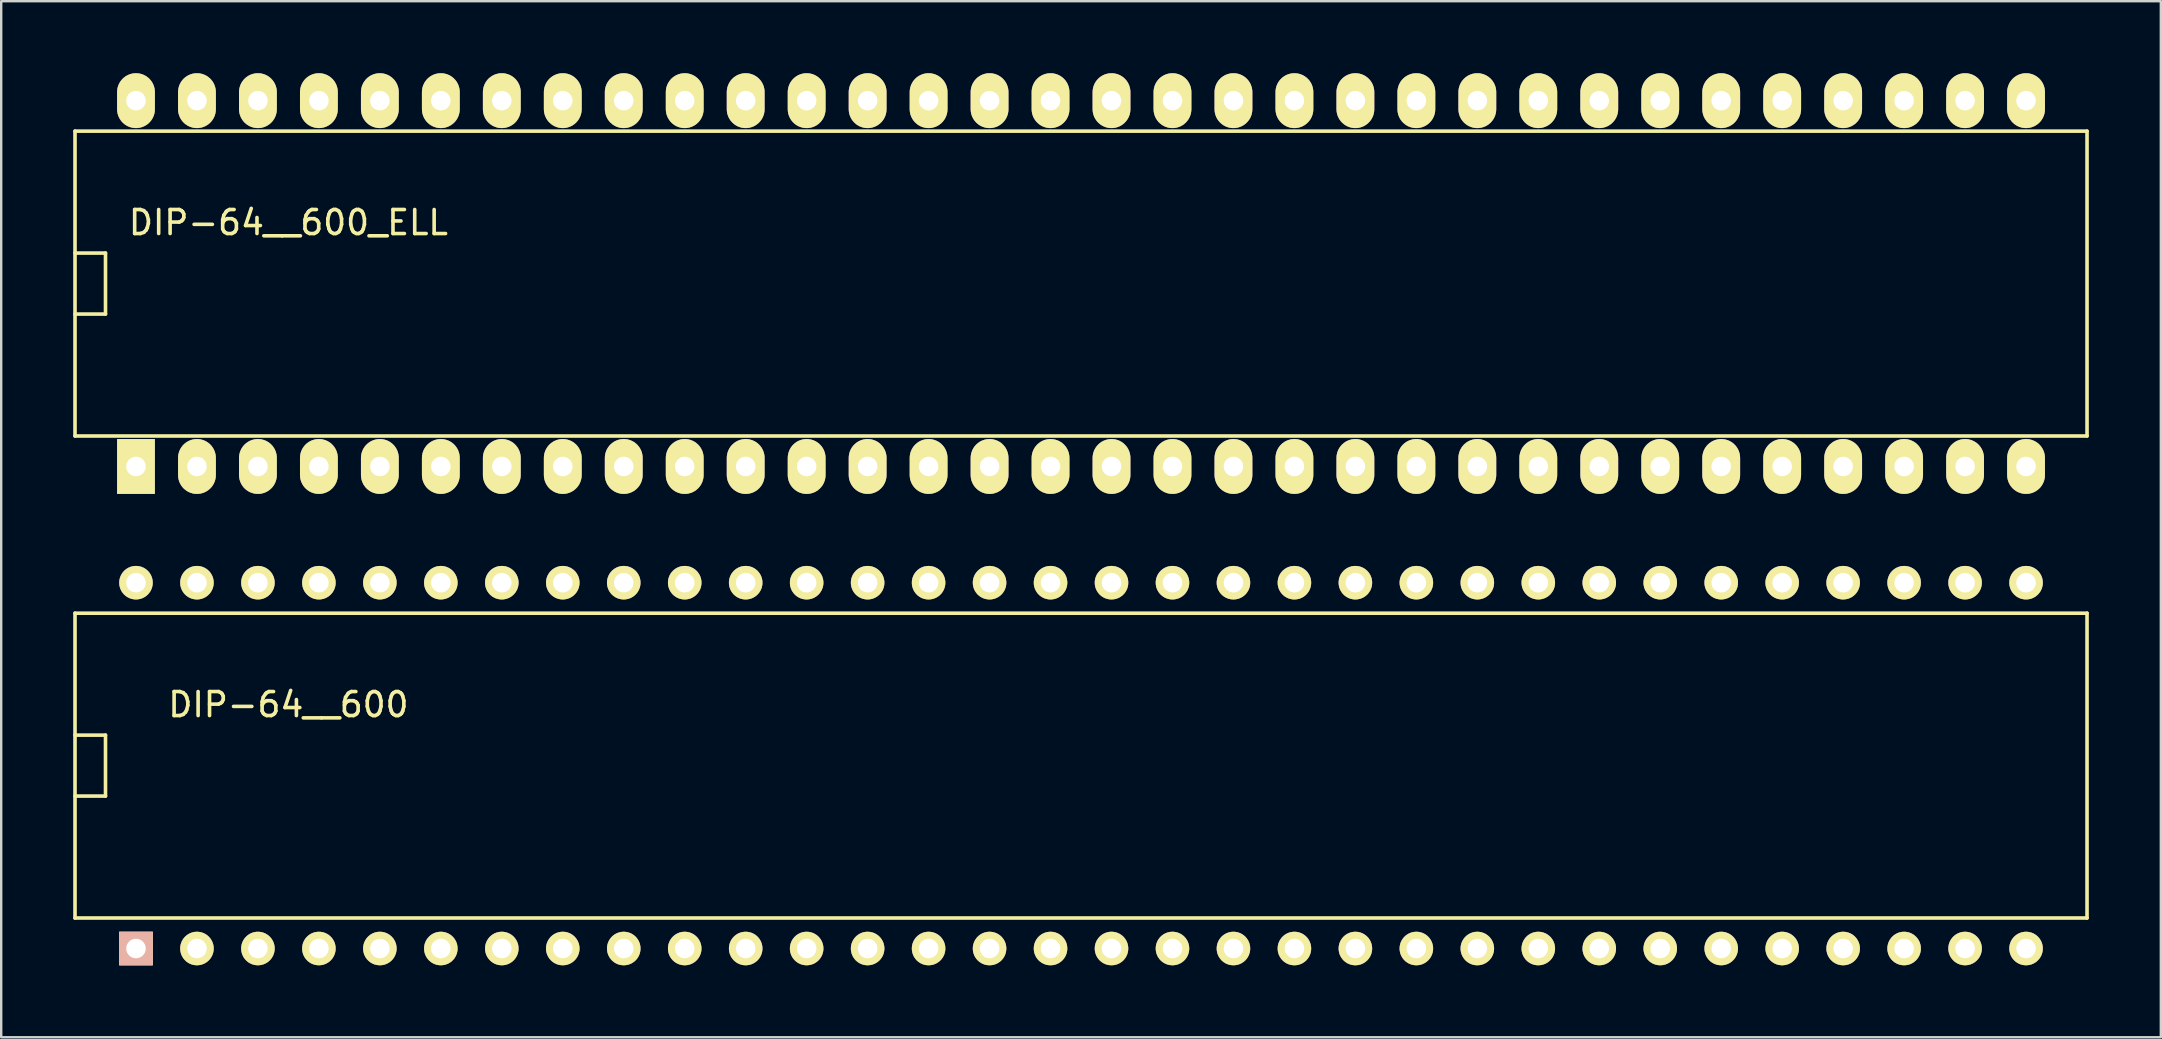
<source format=kicad_pcb>
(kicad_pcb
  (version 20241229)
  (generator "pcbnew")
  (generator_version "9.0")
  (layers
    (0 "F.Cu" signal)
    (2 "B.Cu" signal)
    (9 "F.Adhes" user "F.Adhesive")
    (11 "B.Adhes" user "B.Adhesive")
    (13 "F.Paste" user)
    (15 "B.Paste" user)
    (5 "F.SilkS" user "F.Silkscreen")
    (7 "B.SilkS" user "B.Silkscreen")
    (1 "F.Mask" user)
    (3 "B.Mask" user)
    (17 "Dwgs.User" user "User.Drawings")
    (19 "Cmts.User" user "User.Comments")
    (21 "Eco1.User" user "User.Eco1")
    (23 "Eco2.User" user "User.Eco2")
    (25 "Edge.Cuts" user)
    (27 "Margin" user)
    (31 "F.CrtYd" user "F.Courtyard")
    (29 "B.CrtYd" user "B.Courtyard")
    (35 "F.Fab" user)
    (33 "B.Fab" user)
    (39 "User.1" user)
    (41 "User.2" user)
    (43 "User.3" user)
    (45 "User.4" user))
  (footprint "DIP-64__600_ELL"
    (layer "F.Cu")
    (at 41.985 8.763)
    (property "Reference" "DIP-64__600_ELL" (at -33.02 -2.54 0) (layer "F.SilkS") (effects (font (size 1 1) (thickness 0.15))))
    (attr through_hole)
    (fp_line (start -41.91 -6.35) (end 41.91 -6.35) (stroke (width 0.15) (type solid)) (layer "F.SilkS"))
    (fp_line (start -41.91 -1.27) (end -40.64 -1.27) (stroke (width 0.15) (type solid)) (layer "F.SilkS"))
    (fp_line (start -41.91 6.35) (end -41.91 -6.35) (stroke (width 0.15) (type solid)) (layer "F.SilkS"))
    (fp_line (start -40.64 -1.27) (end -40.64 1.27) (stroke (width 0.15) (type solid)) (layer "F.SilkS"))
    (fp_line (start -40.64 1.27) (end -41.91 1.27) (stroke (width 0.15) (type solid)) (layer "F.SilkS"))
    (fp_line (start 41.91 -6.35) (end 41.91 6.35) (stroke (width 0.15) (type solid)) (layer "F.SilkS"))
    (fp_line (start 41.91 6.35) (end -41.91 6.35) (stroke (width 0.15) (type solid)) (layer "F.SilkS"))
    (pad "1" thru_hole rect (at -39.37 7.62) (size 1.575 2.286) (drill 0.813) (layers "*.Cu" "*.Mask" "F.SilkS"))
    (pad "2" thru_hole oval (at -36.83 7.62) (size 1.575 2.286) (drill 0.813) (layers "*.Cu" "*.Mask" "F.SilkS"))
    (pad "3" thru_hole oval (at -34.29 7.62) (size 1.575 2.286) (drill 0.813) (layers "*.Cu" "*.Mask" "F.SilkS"))
    (pad "4" thru_hole oval (at -31.75 7.62) (size 1.575 2.286) (drill 0.813) (layers "*.Cu" "*.Mask" "F.SilkS"))
    (pad "5" thru_hole oval (at -29.21 7.62) (size 1.575 2.286) (drill 0.813) (layers "*.Cu" "*.Mask" "F.SilkS"))
    (pad "6" thru_hole oval (at -26.67 7.62) (size 1.575 2.286) (drill 0.813) (layers "*.Cu" "*.Mask" "F.SilkS"))
    (pad "7" thru_hole oval (at -24.13 7.62) (size 1.575 2.286) (drill 0.813) (layers "*.Cu" "*.Mask" "F.SilkS"))
    (pad "8" thru_hole oval (at -21.59 7.62) (size 1.575 2.286) (drill 0.813) (layers "*.Cu" "*.Mask" "F.SilkS"))
    (pad "9" thru_hole oval (at -19.05 7.62) (size 1.575 2.286) (drill 0.813) (layers "*.Cu" "*.Mask" "F.SilkS"))
    (pad "10" thru_hole oval (at -16.51 7.62) (size 1.575 2.286) (drill 0.813) (layers "*.Cu" "*.Mask" "F.SilkS"))
    (pad "11" thru_hole oval (at -13.97 7.62) (size 1.575 2.286) (drill 0.813) (layers "*.Cu" "*.Mask" "F.SilkS"))
    (pad "12" thru_hole oval (at -11.43 7.62) (size 1.575 2.286) (drill 0.813) (layers "*.Cu" "*.Mask" "F.SilkS"))
    (pad "13" thru_hole oval (at -8.89 7.62) (size 1.575 2.286) (drill 0.813) (layers "*.Cu" "*.Mask" "F.SilkS"))
    (pad "14" thru_hole oval (at -6.35 7.62) (size 1.575 2.286) (drill 0.813) (layers "*.Cu" "*.Mask" "F.SilkS"))
    (pad "15" thru_hole oval (at -3.81 7.62) (size 1.575 2.286) (drill 0.813) (layers "*.Cu" "*.Mask" "F.SilkS"))
    (pad "16" thru_hole oval (at -1.27 7.62) (size 1.575 2.286) (drill 0.813) (layers "*.Cu" "*.Mask" "F.SilkS"))
    (pad "17" thru_hole oval (at 1.27 7.62) (size 1.575 2.286) (drill 0.813) (layers "*.Cu" "*.Mask" "F.SilkS"))
    (pad "18" thru_hole oval (at 3.81 7.62) (size 1.575 2.286) (drill 0.813) (layers "*.Cu" "*.Mask" "F.SilkS"))
    (pad "19" thru_hole oval (at 6.35 7.62) (size 1.575 2.286) (drill 0.813) (layers "*.Cu" "*.Mask" "F.SilkS"))
    (pad "20" thru_hole oval (at 8.89 7.62) (size 1.575 2.286) (drill 0.813) (layers "*.Cu" "*.Mask" "F.SilkS"))
    (pad "21" thru_hole oval (at 11.43 7.62) (size 1.575 2.286) (drill 0.813) (layers "*.Cu" "*.Mask" "F.SilkS"))
    (pad "22" thru_hole oval (at 13.97 7.62) (size 1.575 2.286) (drill 0.813) (layers "*.Cu" "*.Mask" "F.SilkS"))
    (pad "23" thru_hole oval (at 16.51 7.62) (size 1.575 2.286) (drill 0.813) (layers "*.Cu" "*.Mask" "F.SilkS"))
    (pad "24" thru_hole oval (at 19.05 7.62) (size 1.575 2.286) (drill 0.813) (layers "*.Cu" "*.Mask" "F.SilkS"))
    (pad "25" thru_hole oval (at 21.59 7.62) (size 1.575 2.286) (drill 0.813) (layers "*.Cu" "*.Mask" "F.SilkS"))
    (pad "26" thru_hole oval (at 24.13 7.62) (size 1.575 2.286) (drill 0.813) (layers "*.Cu" "*.Mask" "F.SilkS"))
    (pad "27" thru_hole oval (at 26.67 7.62) (size 1.575 2.286) (drill 0.813) (layers "*.Cu" "*.Mask" "F.SilkS"))
    (pad "28" thru_hole oval (at 29.21 7.62) (size 1.575 2.286) (drill 0.813) (layers "*.Cu" "*.Mask" "F.SilkS"))
    (pad "29" thru_hole oval (at 31.75 7.62) (size 1.575 2.286) (drill 0.813) (layers "*.Cu" "*.Mask" "F.SilkS"))
    (pad "30" thru_hole oval (at 34.29 7.62) (size 1.575 2.286) (drill 0.813) (layers "*.Cu" "*.Mask" "F.SilkS"))
    (pad "31" thru_hole oval (at 36.83 7.62) (size 1.575 2.286) (drill 0.813) (layers "*.Cu" "*.Mask" "F.SilkS"))
    (pad "32" thru_hole oval (at 39.37 7.62) (size 1.575 2.286) (drill 0.813) (layers "*.Cu" "*.Mask" "F.SilkS"))
    (pad "33" thru_hole oval (at 39.37 -7.62) (size 1.575 2.286) (drill 0.813) (layers "*.Cu" "*.Mask" "F.SilkS"))
    (pad "34" thru_hole oval (at 36.83 -7.62) (size 1.575 2.286) (drill 0.813) (layers "*.Cu" "*.Mask" "F.SilkS"))
    (pad "35" thru_hole oval (at 34.29 -7.62) (size 1.575 2.286) (drill 0.813) (layers "*.Cu" "*.Mask" "F.SilkS"))
    (pad "36" thru_hole oval (at 31.75 -7.62) (size 1.575 2.286) (drill 0.813) (layers "*.Cu" "*.Mask" "F.SilkS"))
    (pad "37" thru_hole oval (at 29.21 -7.62) (size 1.575 2.286) (drill 0.813) (layers "*.Cu" "*.Mask" "F.SilkS"))
    (pad "38" thru_hole oval (at 26.67 -7.62) (size 1.575 2.286) (drill 0.813) (layers "*.Cu" "*.Mask" "F.SilkS"))
    (pad "39" thru_hole oval (at 24.13 -7.62) (size 1.575 2.286) (drill 0.813) (layers "*.Cu" "*.Mask" "F.SilkS"))
    (pad "40" thru_hole oval (at 21.59 -7.62) (size 1.575 2.286) (drill 0.813) (layers "*.Cu" "*.Mask" "F.SilkS"))
    (pad "41" thru_hole oval (at 19.05 -7.62) (size 1.575 2.286) (drill 0.813) (layers "*.Cu" "*.Mask" "F.SilkS"))
    (pad "42" thru_hole oval (at 16.51 -7.62) (size 1.575 2.286) (drill 0.813) (layers "*.Cu" "*.Mask" "F.SilkS"))
    (pad "43" thru_hole oval (at 13.97 -7.62) (size 1.575 2.286) (drill 0.813) (layers "*.Cu" "*.Mask" "F.SilkS"))
    (pad "44" thru_hole oval (at 11.43 -7.62) (size 1.575 2.286) (drill 0.813) (layers "*.Cu" "*.Mask" "F.SilkS"))
    (pad "45" thru_hole oval (at 8.89 -7.62) (size 1.575 2.286) (drill 0.813) (layers "*.Cu" "*.Mask" "F.SilkS"))
    (pad "46" thru_hole oval (at 6.35 -7.62) (size 1.575 2.286) (drill 0.813) (layers "*.Cu" "*.Mask" "F.SilkS"))
    (pad "47" thru_hole oval (at 3.81 -7.62) (size 1.575 2.286) (drill 0.813) (layers "*.Cu" "*.Mask" "F.SilkS"))
    (pad "48" thru_hole oval (at 1.27 -7.62) (size 1.575 2.286) (drill 0.813) (layers "*.Cu" "*.Mask" "F.SilkS"))
    (pad "49" thru_hole oval (at -1.27 -7.62) (size 1.575 2.286) (drill 0.813) (layers "*.Cu" "*.Mask" "F.SilkS"))
    (pad "50" thru_hole oval (at -3.81 -7.62) (size 1.575 2.286) (drill 0.813) (layers "*.Cu" "*.Mask" "F.SilkS"))
    (pad "51" thru_hole oval (at -6.35 -7.62) (size 1.575 2.286) (drill 0.813) (layers "*.Cu" "*.Mask" "F.SilkS"))
    (pad "52" thru_hole oval (at -8.89 -7.62) (size 1.575 2.286) (drill 0.813) (layers "*.Cu" "*.Mask" "F.SilkS"))
    (pad "53" thru_hole oval (at -11.43 -7.62) (size 1.575 2.286) (drill 0.813) (layers "*.Cu" "*.Mask" "F.SilkS"))
    (pad "54" thru_hole oval (at -13.97 -7.62) (size 1.575 2.286) (drill 0.813) (layers "*.Cu" "*.Mask" "F.SilkS"))
    (pad "55" thru_hole oval (at -16.51 -7.62) (size 1.575 2.286) (drill 0.813) (layers "*.Cu" "*.Mask" "F.SilkS"))
    (pad "56" thru_hole oval (at -19.05 -7.62) (size 1.575 2.286) (drill 0.813) (layers "*.Cu" "*.Mask" "F.SilkS"))
    (pad "57" thru_hole oval (at -21.59 -7.62) (size 1.575 2.286) (drill 0.813) (layers "*.Cu" "*.Mask" "F.SilkS"))
    (pad "58" thru_hole oval (at -24.13 -7.62) (size 1.575 2.286) (drill 0.813) (layers "*.Cu" "*.Mask" "F.SilkS"))
    (pad "59" thru_hole oval (at -26.67 -7.62) (size 1.575 2.286) (drill 0.813) (layers "*.Cu" "*.Mask" "F.SilkS"))
    (pad "60" thru_hole oval (at -29.21 -7.62) (size 1.575 2.286) (drill 0.813) (layers "*.Cu" "*.Mask" "F.SilkS"))
    (pad "61" thru_hole oval (at -31.75 -7.62) (size 1.575 2.286) (drill 0.813) (layers "*.Cu" "*.Mask" "F.SilkS"))
    (pad "62" thru_hole oval (at -34.29 -7.62) (size 1.575 2.286) (drill 0.813) (layers "*.Cu" "*.Mask" "F.SilkS"))
    (pad "63" thru_hole oval (at -36.83 -7.62) (size 1.575 2.286) (drill 0.813) (layers "*.Cu" "*.Mask" "F.SilkS"))
    (pad "64" thru_hole oval (at -39.37 -7.62) (size 1.575 2.286) (drill 0.813) (layers "*.Cu" "*.Mask" "F.SilkS")))
  (footprint "DIP-64__600"
    (layer "F.Cu")
    (at 41.985 28.845)
    (property "Reference" "DIP-64__600" (at -33.02 -2.54 0) (layer "F.SilkS") (effects (font (size 1 1) (thickness 0.15))))
    (attr through_hole)
    (fp_line (start -41.91 -6.35) (end 41.91 -6.35) (stroke (width 0.15) (type solid)) (layer "F.SilkS"))
    (fp_line (start -41.91 -1.27) (end -40.64 -1.27) (stroke (width 0.15) (type solid)) (layer "F.SilkS"))
    (fp_line (start -41.91 6.35) (end -41.91 -6.35) (stroke (width 0.15) (type solid)) (layer "F.SilkS"))
    (fp_line (start -40.64 -1.27) (end -40.64 1.27) (stroke (width 0.15) (type solid)) (layer "F.SilkS"))
    (fp_line (start -40.64 1.27) (end -41.91 1.27) (stroke (width 0.15) (type solid)) (layer "F.SilkS"))
    (fp_line (start 41.91 -6.35) (end 41.91 6.35) (stroke (width 0.15) (type solid)) (layer "F.SilkS"))
    (fp_line (start 41.91 6.35) (end -41.91 6.35) (stroke (width 0.15) (type solid)) (layer "F.SilkS"))
    (pad "1" thru_hole rect (at -39.37 7.62) (size 1.397 1.397) (drill 0.813) (layers "*.Cu" "*.SilkS" "*.Mask"))
    (pad "2" thru_hole circle (at -36.83 7.62) (size 1.397 1.397) (drill 0.813) (layers "*.Cu" "*.Mask" "F.SilkS"))
    (pad "3" thru_hole circle (at -34.29 7.62) (size 1.397 1.397) (drill 0.813) (layers "*.Cu" "*.Mask" "F.SilkS"))
    (pad "4" thru_hole circle (at -31.75 7.62) (size 1.397 1.397) (drill 0.813) (layers "*.Cu" "*.Mask" "F.SilkS"))
    (pad "5" thru_hole circle (at -29.21 7.62) (size 1.397 1.397) (drill 0.813) (layers "*.Cu" "*.Mask" "F.SilkS"))
    (pad "6" thru_hole circle (at -26.67 7.62) (size 1.397 1.397) (drill 0.813) (layers "*.Cu" "*.Mask" "F.SilkS"))
    (pad "7" thru_hole circle (at -24.13 7.62) (size 1.397 1.397) (drill 0.813) (layers "*.Cu" "*.Mask" "F.SilkS"))
    (pad "8" thru_hole circle (at -21.59 7.62) (size 1.397 1.397) (drill 0.813) (layers "*.Cu" "*.Mask" "F.SilkS"))
    (pad "9" thru_hole circle (at -19.05 7.62) (size 1.397 1.397) (drill 0.813) (layers "*.Cu" "*.Mask" "F.SilkS"))
    (pad "10" thru_hole circle (at -16.51 7.62) (size 1.397 1.397) (drill 0.813) (layers "*.Cu" "*.Mask" "F.SilkS"))
    (pad "11" thru_hole circle (at -13.97 7.62) (size 1.397 1.397) (drill 0.813) (layers "*.Cu" "*.Mask" "F.SilkS"))
    (pad "12" thru_hole circle (at -11.43 7.62) (size 1.397 1.397) (drill 0.813) (layers "*.Cu" "*.Mask" "F.SilkS"))
    (pad "13" thru_hole circle (at -8.89 7.62) (size 1.397 1.397) (drill 0.813) (layers "*.Cu" "*.Mask" "F.SilkS"))
    (pad "14" thru_hole circle (at -6.35 7.62) (size 1.397 1.397) (drill 0.813) (layers "*.Cu" "*.Mask" "F.SilkS"))
    (pad "15" thru_hole circle (at -3.81 7.62) (size 1.397 1.397) (drill 0.813) (layers "*.Cu" "*.Mask" "F.SilkS"))
    (pad "16" thru_hole circle (at -1.27 7.62) (size 1.397 1.397) (drill 0.813) (layers "*.Cu" "*.Mask" "F.SilkS"))
    (pad "17" thru_hole circle (at 1.27 7.62) (size 1.397 1.397) (drill 0.813) (layers "*.Cu" "*.Mask" "F.SilkS"))
    (pad "18" thru_hole circle (at 3.81 7.62) (size 1.397 1.397) (drill 0.813) (layers "*.Cu" "*.Mask" "F.SilkS"))
    (pad "19" thru_hole circle (at 6.35 7.62) (size 1.397 1.397) (drill 0.813) (layers "*.Cu" "*.Mask" "F.SilkS"))
    (pad "20" thru_hole circle (at 8.89 7.62) (size 1.397 1.397) (drill 0.813) (layers "*.Cu" "*.Mask" "F.SilkS"))
    (pad "21" thru_hole circle (at 11.43 7.62) (size 1.397 1.397) (drill 0.813) (layers "*.Cu" "*.Mask" "F.SilkS"))
    (pad "22" thru_hole circle (at 13.97 7.62) (size 1.397 1.397) (drill 0.813) (layers "*.Cu" "*.Mask" "F.SilkS"))
    (pad "23" thru_hole circle (at 16.51 7.62) (size 1.397 1.397) (drill 0.813) (layers "*.Cu" "*.Mask" "F.SilkS"))
    (pad "24" thru_hole circle (at 19.05 7.62) (size 1.397 1.397) (drill 0.813) (layers "*.Cu" "*.Mask" "F.SilkS"))
    (pad "25" thru_hole circle (at 21.59 7.62) (size 1.397 1.397) (drill 0.813) (layers "*.Cu" "*.Mask" "F.SilkS"))
    (pad "26" thru_hole circle (at 24.13 7.62) (size 1.397 1.397) (drill 0.813) (layers "*.Cu" "*.Mask" "F.SilkS"))
    (pad "27" thru_hole circle (at 26.67 7.62) (size 1.397 1.397) (drill 0.813) (layers "*.Cu" "*.Mask" "F.SilkS"))
    (pad "28" thru_hole circle (at 29.21 7.62) (size 1.397 1.397) (drill 0.813) (layers "*.Cu" "*.Mask" "F.SilkS"))
    (pad "29" thru_hole circle (at 31.75 7.62) (size 1.397 1.397) (drill 0.813) (layers "*.Cu" "*.Mask" "F.SilkS"))
    (pad "30" thru_hole circle (at 34.29 7.62) (size 1.397 1.397) (drill 0.813) (layers "*.Cu" "*.Mask" "F.SilkS"))
    (pad "31" thru_hole circle (at 36.83 7.62) (size 1.397 1.397) (drill 0.813) (layers "*.Cu" "*.Mask" "F.SilkS"))
    (pad "32" thru_hole circle (at 39.37 7.62) (size 1.397 1.397) (drill 0.813) (layers "*.Cu" "*.Mask" "F.SilkS"))
    (pad "33" thru_hole circle (at 39.37 -7.62) (size 1.397 1.397) (drill 0.813) (layers "*.Cu" "*.Mask" "F.SilkS"))
    (pad "34" thru_hole circle (at 36.83 -7.62) (size 1.397 1.397) (drill 0.813) (layers "*.Cu" "*.Mask" "F.SilkS"))
    (pad "35" thru_hole circle (at 34.29 -7.62) (size 1.397 1.397) (drill 0.813) (layers "*.Cu" "*.Mask" "F.SilkS"))
    (pad "36" thru_hole circle (at 31.75 -7.62) (size 1.397 1.397) (drill 0.813) (layers "*.Cu" "*.Mask" "F.SilkS"))
    (pad "37" thru_hole circle (at 29.21 -7.62) (size 1.397 1.397) (drill 0.813) (layers "*.Cu" "*.Mask" "F.SilkS"))
    (pad "38" thru_hole circle (at 26.67 -7.62) (size 1.397 1.397) (drill 0.813) (layers "*.Cu" "*.Mask" "F.SilkS"))
    (pad "39" thru_hole circle (at 24.13 -7.62) (size 1.397 1.397) (drill 0.813) (layers "*.Cu" "*.Mask" "F.SilkS"))
    (pad "40" thru_hole circle (at 21.59 -7.62) (size 1.397 1.397) (drill 0.813) (layers "*.Cu" "*.Mask" "F.SilkS"))
    (pad "41" thru_hole circle (at 19.05 -7.62) (size 1.397 1.397) (drill 0.813) (layers "*.Cu" "*.Mask" "F.SilkS"))
    (pad "42" thru_hole circle (at 16.51 -7.62) (size 1.397 1.397) (drill 0.813) (layers "*.Cu" "*.Mask" "F.SilkS"))
    (pad "43" thru_hole circle (at 13.97 -7.62) (size 1.397 1.397) (drill 0.813) (layers "*.Cu" "*.Mask" "F.SilkS"))
    (pad "44" thru_hole circle (at 11.43 -7.62) (size 1.397 1.397) (drill 0.813) (layers "*.Cu" "*.Mask" "F.SilkS"))
    (pad "45" thru_hole circle (at 8.89 -7.62) (size 1.397 1.397) (drill 0.813) (layers "*.Cu" "*.Mask" "F.SilkS"))
    (pad "46" thru_hole circle (at 6.35 -7.62) (size 1.397 1.397) (drill 0.813) (layers "*.Cu" "*.Mask" "F.SilkS"))
    (pad "47" thru_hole circle (at 3.81 -7.62) (size 1.397 1.397) (drill 0.813) (layers "*.Cu" "*.Mask" "F.SilkS"))
    (pad "48" thru_hole circle (at 1.27 -7.62) (size 1.397 1.397) (drill 0.813) (layers "*.Cu" "*.Mask" "F.SilkS"))
    (pad "49" thru_hole circle (at -1.27 -7.62) (size 1.397 1.397) (drill 0.813) (layers "*.Cu" "*.Mask" "F.SilkS"))
    (pad "50" thru_hole circle (at -3.81 -7.62) (size 1.397 1.397) (drill 0.813) (layers "*.Cu" "*.Mask" "F.SilkS"))
    (pad "51" thru_hole circle (at -6.35 -7.62) (size 1.397 1.397) (drill 0.813) (layers "*.Cu" "*.Mask" "F.SilkS"))
    (pad "52" thru_hole circle (at -8.89 -7.62) (size 1.397 1.397) (drill 0.813) (layers "*.Cu" "*.Mask" "F.SilkS"))
    (pad "53" thru_hole circle (at -11.43 -7.62) (size 1.397 1.397) (drill 0.813) (layers "*.Cu" "*.Mask" "F.SilkS"))
    (pad "54" thru_hole circle (at -13.97 -7.62) (size 1.397 1.397) (drill 0.813) (layers "*.Cu" "*.Mask" "F.SilkS"))
    (pad "55" thru_hole circle (at -16.51 -7.62) (size 1.397 1.397) (drill 0.813) (layers "*.Cu" "*.Mask" "F.SilkS"))
    (pad "56" thru_hole circle (at -19.05 -7.62) (size 1.397 1.397) (drill 0.813) (layers "*.Cu" "*.Mask" "F.SilkS"))
    (pad "57" thru_hole circle (at -21.59 -7.62) (size 1.397 1.397) (drill 0.813) (layers "*.Cu" "*.Mask" "F.SilkS"))
    (pad "58" thru_hole circle (at -24.13 -7.62) (size 1.397 1.397) (drill 0.813) (layers "*.Cu" "*.Mask" "F.SilkS"))
    (pad "59" thru_hole circle (at -26.67 -7.62) (size 1.397 1.397) (drill 0.813) (layers "*.Cu" "*.Mask" "F.SilkS"))
    (pad "60" thru_hole circle (at -29.21 -7.62) (size 1.397 1.397) (drill 0.813) (layers "*.Cu" "*.Mask" "F.SilkS"))
    (pad "61" thru_hole circle (at -31.75 -7.62) (size 1.397 1.397) (drill 0.813) (layers "*.Cu" "*.Mask" "F.SilkS"))
    (pad "62" thru_hole circle (at -34.29 -7.62) (size 1.397 1.397) (drill 0.813) (layers "*.Cu" "*.Mask" "F.SilkS"))
    (pad "63" thru_hole circle (at -36.83 -7.62) (size 1.397 1.397) (drill 0.813) (layers "*.Cu" "*.Mask" "F.SilkS"))
    (pad "64" thru_hole circle (at -39.37 -7.62) (size 1.397 1.397) (drill 0.813) (layers "*.Cu" "*.Mask" "F.SilkS")))
  (gr_rect
    (start -3 -3)
    (end 86.97 40.163)
    (stroke (width 0.1) (type default))
    (fill no)
    (layer "Edge.Cuts")))
</source>
